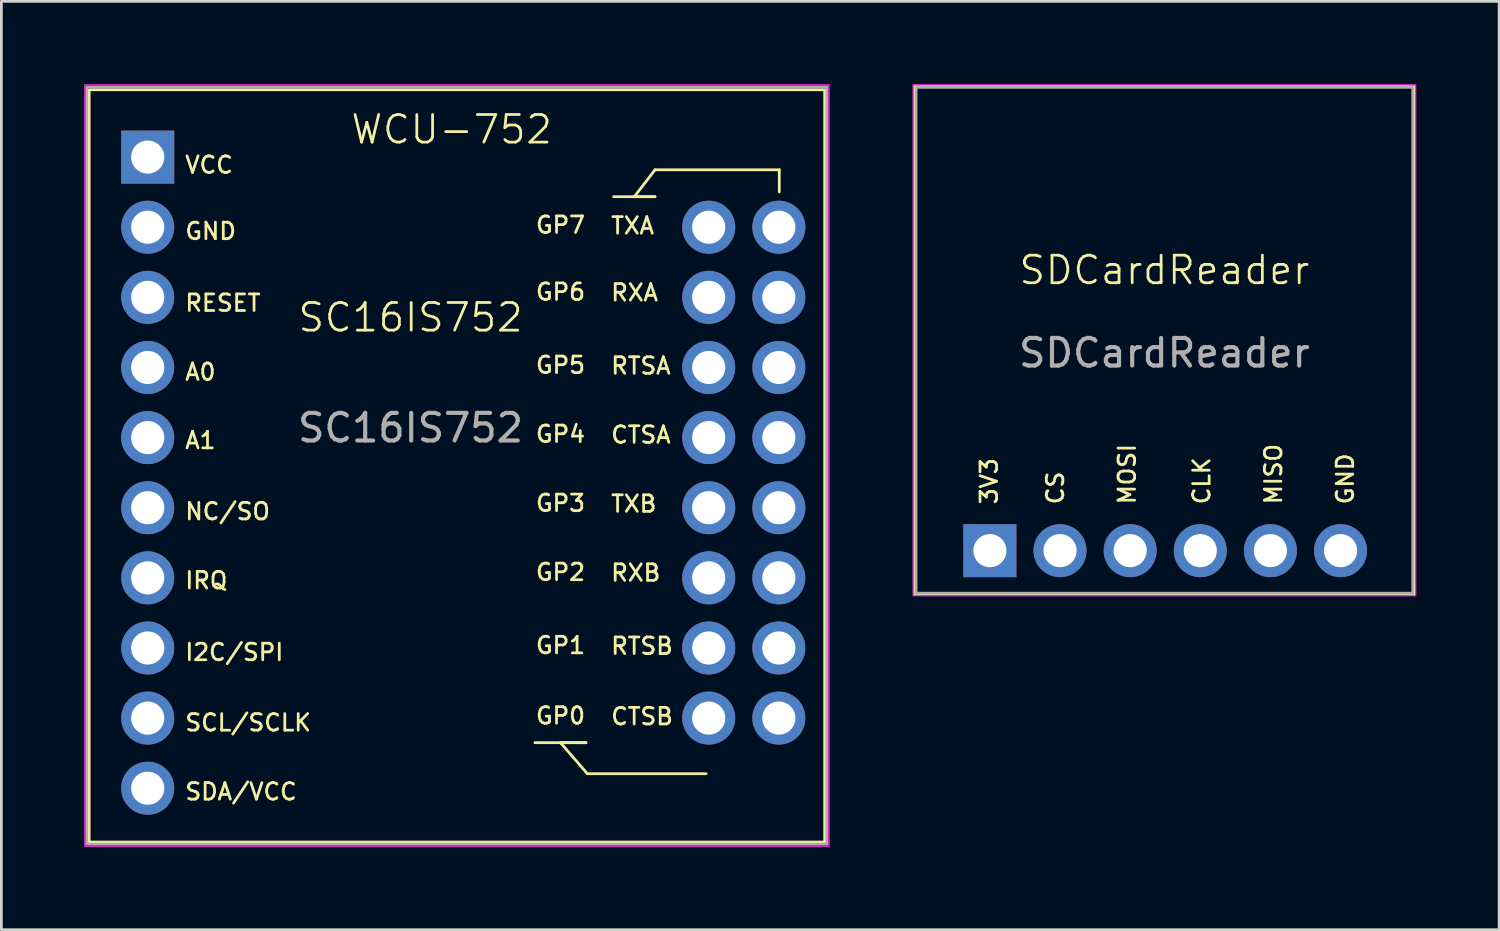
<source format=kicad_pcb>
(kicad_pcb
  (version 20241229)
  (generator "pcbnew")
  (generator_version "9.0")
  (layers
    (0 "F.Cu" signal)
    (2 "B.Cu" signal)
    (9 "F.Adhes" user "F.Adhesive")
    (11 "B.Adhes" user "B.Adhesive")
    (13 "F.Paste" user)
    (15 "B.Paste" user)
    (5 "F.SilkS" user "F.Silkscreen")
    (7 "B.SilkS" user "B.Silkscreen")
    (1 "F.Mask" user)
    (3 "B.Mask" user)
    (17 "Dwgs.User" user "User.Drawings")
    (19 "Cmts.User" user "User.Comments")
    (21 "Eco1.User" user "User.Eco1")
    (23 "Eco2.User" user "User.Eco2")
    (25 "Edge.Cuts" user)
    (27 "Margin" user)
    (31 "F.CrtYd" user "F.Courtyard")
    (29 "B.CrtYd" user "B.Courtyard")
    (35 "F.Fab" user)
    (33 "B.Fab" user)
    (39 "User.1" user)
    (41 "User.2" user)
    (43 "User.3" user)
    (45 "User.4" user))
  (footprint "SC16IS752"
    (layer "F.Cu")
    (at 13.82 13.45)
    (property "Reference" "SC16IS752" (at -2 -5 0) (unlocked yes) (layer "F.SilkS") (effects (font (size 1 1) (thickness 0.1))))
    (attr through_hole)
    (fp_line (start 2.505 10.4) (end 4.355 10.4) (stroke (width 0.1) (type default)) (layer "F.SilkS"))
    (fp_line (start 3.43 10.4) (end 4.405 11.525) (stroke (width 0.1) (type default)) (layer "F.SilkS"))
    (fp_line (start 4.355 10.4) (end 3.43 10.4) (stroke (width 0.1) (type default)) (layer "F.SilkS"))
    (fp_line (start 4.405 11.525) (end 8.705 11.525) (stroke (width 0.1) (type default)) (layer "F.SilkS"))
    (fp_line (start 5.355 -9.375) (end 6.855 -9.375) (stroke (width 0.1) (type default)) (layer "F.SilkS"))
    (fp_line (start 6.105 -9.375) (end 6.855 -10.35) (stroke (width 0.1) (type default)) (layer "F.SilkS"))
    (fp_line (start 6.855 -10.35) (end 11.355 -10.35) (stroke (width 0.1) (type default)) (layer "F.SilkS"))
    (fp_line (start 6.855 -9.375) (end 6.105 -9.375) (stroke (width 0.1) (type default)) (layer "F.SilkS"))
    (fp_line (start 11.355 -10.35) (end 11.355 -9.55) (stroke (width 0.1) (type default)) (layer "F.SilkS"))
    (fp_rect (start -13.64 -13.25) (end 13 14) (stroke (width 0.1) (type solid)) (fill no) (layer "F.SilkS"))
    (fp_rect (start -13.795 -13.425) (end 13.155 14.15) (stroke (width 0.05) (type solid)) (fill no) (layer "F.CrtYd"))
    (fp_rect (start -13.73 -13.35) (end 13.08 14.075) (stroke (width 0.1) (type solid)) (fill no) (layer "F.Fab"))
    (fp_text user "SDA/VCC" (at -10.22 12.525 0) (unlocked yes) (layer "F.SilkS") (effects (font (size 0.6 0.6) (thickness 0.1)) (justify left bottom)))
    (fp_text user "SCL/SCLK" (at -10.22 10.025 0) (unlocked yes) (layer "F.SilkS") (effects (font (size 0.6 0.6) (thickness 0.1)) (justify left bottom)))
    (fp_text user "I2C/SPI" (at -10.22 7.475 0) (unlocked yes) (layer "F.SilkS") (effects (font (size 0.6 0.6) (thickness 0.1)) (justify left bottom)))
    (fp_text user "RTSA" (at 5.205 -2.9 0) (unlocked yes) (layer "F.SilkS") (effects (font (size 0.6 0.6) (thickness 0.1)) (justify left bottom)))
    (fp_text user "RESET" (at -10.22 -5.175 0) (unlocked yes) (layer "F.SilkS") (effects (font (size 0.6 0.6) (thickness 0.1)) (justify left bottom)))
    (fp_text user "RTSB" (at 5.205 7.25 0) (unlocked yes) (layer "F.SilkS") (effects (font (size 0.6 0.6) (thickness 0.1)) (justify left bottom)))
    (fp_text user "GP3" (at 2.48 2.075 0) (unlocked yes) (layer "F.SilkS") (effects (font (size 0.6 0.6) (thickness 0.1)) (justify left bottom)))
    (fp_text user "TXB" (at 5.205 2.1 0) (unlocked yes) (layer "F.SilkS") (effects (font (size 0.6 0.6) (thickness 0.1)) (justify left bottom)))
    (fp_text user "VCC" (at -10.22 -10.175 0) (unlocked yes) (layer "F.SilkS") (effects (font (size 0.6 0.6) (thickness 0.1)) (justify left bottom)))
    (fp_text user "GP0" (at 2.48 9.775 0) (unlocked yes) (layer "F.SilkS") (effects (font (size 0.6 0.6) (thickness 0.1)) (justify left bottom)))
    (fp_text user "RXA" (at 5.205 -5.55 0) (unlocked yes) (layer "F.SilkS") (effects (font (size 0.6 0.6) (thickness 0.1)) (justify left bottom)))
    (fp_text user "TXA" (at 5.205 -7.975 0) (unlocked yes) (layer "F.SilkS") (effects (font (size 0.6 0.6) (thickness 0.1)) (justify left bottom)))
    (fp_text user "A1" (at -10.22 -0.2 0) (unlocked yes) (layer "F.SilkS") (effects (font (size 0.6 0.6) (thickness 0.1)) (justify left bottom)))
    (fp_text user "IRQ" (at -10.22 4.875 0) (unlocked yes) (layer "F.SilkS") (effects (font (size 0.6 0.6) (thickness 0.1)) (justify left bottom)))
    (fp_text user "GP5" (at 2.48 -2.925 0) (unlocked yes) (layer "F.SilkS") (effects (font (size 0.6 0.6) (thickness 0.1)) (justify left bottom)))
    (fp_text user "A0" (at -10.22 -2.675 0) (unlocked yes) (layer "F.SilkS") (effects (font (size 0.6 0.6) (thickness 0.1)) (justify left bottom)))
    (fp_text user "CTSB" (at 5.205 9.8 0) (unlocked yes) (layer "F.SilkS") (effects (font (size 0.6 0.6) (thickness 0.1)) (justify left bottom)))
    (fp_text user "GND" (at -10.22 -7.775 0) (unlocked yes) (layer "F.SilkS") (effects (font (size 0.6 0.6) (thickness 0.1)) (justify left bottom)))
    (fp_text user "GP6" (at 2.48 -5.575 0) (unlocked yes) (layer "F.SilkS") (effects (font (size 0.6 0.6) (thickness 0.1)) (justify left bottom)))
    (fp_text user "GP7" (at 2.48 -8 0) (unlocked yes) (layer "F.SilkS") (effects (font (size 0.6 0.6) (thickness 0.1)) (justify left bottom)))
    (fp_text user "GP2" (at 2.48 4.575 0) (unlocked yes) (layer "F.SilkS") (effects (font (size 0.6 0.6) (thickness 0.1)) (justify left bottom)))
    (fp_text user "CTSA" (at 5.205 -0.4 0) (unlocked yes) (layer "F.SilkS") (effects (font (size 0.6 0.6) (thickness 0.1)) (justify left bottom)))
    (fp_text user "RXB" (at 5.205 4.6 0) (unlocked yes) (layer "F.SilkS") (effects (font (size 0.6 0.6) (thickness 0.1)) (justify left bottom)))
    (fp_text user "NC/SO" (at -10.22 2.375 0) (unlocked yes) (layer "F.SilkS") (effects (font (size 0.6 0.6) (thickness 0.1)) (justify left bottom)))
    (fp_text user "WCU-752" (at -4.22 -11.225 0) (unlocked yes) (layer "F.SilkS") (effects (font (size 1 1) (thickness 0.1)) (justify left bottom)))
    (fp_text user "GP4" (at 2.48 -0.425 0) (unlocked yes) (layer "F.SilkS") (effects (font (size 0.6 0.6) (thickness 0.1)) (justify left bottom)))
    (fp_text user "GP1" (at 2.48 7.225 0) (unlocked yes) (layer "F.SilkS") (effects (font (size 0.6 0.6) (thickness 0.1)) (justify left bottom)))
    (fp_text user "${REFERENCE}" (at -2 -1 0) (unlocked yes) (layer "F.Fab") (effects (font (size 1 1) (thickness 0.15))))
    (pad "1" thru_hole rect (at -11.52 -10.81) (size 1.92 1.92) (drill 1.2) (layers "*.Cu" "*.Mask"))
    (pad "2" thru_hole circle (at -11.52 -8.27) (size 1.92 1.92) (drill 1.2) (layers "*.Cu" "*.Mask"))
    (pad "3" thru_hole circle (at -11.52 -5.73) (size 1.92 1.92) (drill 1.2) (layers "*.Cu" "*.Mask"))
    (pad "4" thru_hole circle (at -11.52 -3.19) (size 1.92 1.92) (drill 1.2) (layers "*.Cu" "*.Mask"))
    (pad "5" thru_hole circle (at -11.52 -0.65) (size 1.92 1.92) (drill 1.2) (layers "*.Cu" "*.Mask"))
    (pad "6" thru_hole circle (at -11.52 1.89) (size 1.92 1.92) (drill 1.2) (layers "*.Cu" "*.Mask"))
    (pad "7" thru_hole circle (at -11.52 4.43) (size 1.92 1.92) (drill 1.2) (layers "*.Cu" "*.Mask"))
    (pad "8" thru_hole circle (at -11.52 6.97) (size 1.92 1.92) (drill 1.2) (layers "*.Cu" "*.Mask"))
    (pad "9" thru_hole circle (at -11.52 9.51) (size 1.92 1.92) (drill 1.2) (layers "*.Cu" "*.Mask"))
    (pad "10" thru_hole circle (at -11.52 12.05) (size 1.92 1.92) (drill 1.2) (layers "*.Cu" "*.Mask"))
    (pad "11" thru_hole circle (at 8.8 -8.27) (size 1.92 1.92) (drill 1.2) (layers "*.Cu" "*.Mask"))
    (pad "12" thru_hole circle (at 8.8 -5.73) (size 1.92 1.92) (drill 1.2) (layers "*.Cu" "*.Mask"))
    (pad "13" thru_hole circle (at 8.8 -3.19) (size 1.92 1.92) (drill 1.2) (layers "*.Cu" "*.Mask"))
    (pad "14" thru_hole circle (at 8.8 -0.65) (size 1.92 1.92) (drill 1.2) (layers "*.Cu" "*.Mask"))
    (pad "15" thru_hole circle (at 8.8 1.89) (size 1.92 1.92) (drill 1.2) (layers "*.Cu" "*.Mask"))
    (pad "16" thru_hole circle (at 8.8 4.43) (size 1.92 1.92) (drill 1.2) (layers "*.Cu" "*.Mask"))
    (pad "17" thru_hole circle (at 8.8 6.97) (size 1.92 1.92) (drill 1.2) (layers "*.Cu" "*.Mask"))
    (pad "18" thru_hole circle (at 8.8 9.51) (size 1.92 1.92) (drill 1.2) (layers "*.Cu" "*.Mask"))
    (pad "19" thru_hole circle (at 11.34 -8.27) (size 1.92 1.92) (drill 1.2) (layers "*.Cu" "*.Mask"))
    (pad "20" thru_hole circle (at 11.34 -5.73) (size 1.92 1.92) (drill 1.2) (layers "*.Cu" "*.Mask"))
    (pad "21" thru_hole circle (at 11.34 -3.19) (size 1.92 1.92) (drill 1.2) (layers "*.Cu" "*.Mask"))
    (pad "22" thru_hole circle (at 11.34 -0.65) (size 1.92 1.92) (drill 1.2) (layers "*.Cu" "*.Mask"))
    (pad "23" thru_hole circle (at 11.34 1.89) (size 1.92 1.92) (drill 1.2) (layers "*.Cu" "*.Mask"))
    (pad "24" thru_hole circle (at 11.34 4.43) (size 1.92 1.92) (drill 1.2) (layers "*.Cu" "*.Mask"))
    (pad "25" thru_hole circle (at 11.34 6.97) (size 1.92 1.92) (drill 1.2) (layers "*.Cu" "*.Mask"))
    (pad "26" thru_hole circle (at 11.34 9.51) (size 1.92 1.92) (drill 1.2) (layers "*.Cu" "*.Mask")))
  (footprint "SDCardReader"
    (layer "F.Cu")
    (at 39.125 9.275)
    (property "Reference" "SDCardReader" (at 0 -2.54 0) (unlocked yes) (layer "F.SilkS") (effects (font (size 1 1) (thickness 0.1))))
    (attr through_hole)
    (fp_rect (start -9.05 -9.2) (end 9.05 9.2) (stroke (width 0.1) (type solid)) (fill no) (layer "F.SilkS"))
    (fp_rect (start -9.1 -9.25) (end 9.1 9.25) (stroke (width 0.05) (type solid)) (fill no) (layer "F.CrtYd"))
    (fp_rect (start -8.995 -9.16) (end 8.995 9.16) (stroke (width 0.1) (type solid)) (fill no) (layer "F.Fab"))
    (fp_text user "MOSI" (at -1 6 90) (unlocked yes) (layer "F.SilkS") (effects (font (size 0.6 0.6) (thickness 0.1)) (justify left bottom)))
    (fp_text user "MISO" (at 4.3 6 90) (unlocked yes) (layer "F.SilkS") (effects (font (size 0.6 0.6) (thickness 0.1)) (justify left bottom)))
    (fp_text user "CLK" (at 1.7 6 90) (unlocked yes) (layer "F.SilkS") (effects (font (size 0.6 0.6) (thickness 0.1)) (justify left bottom)))
    (fp_text user "CS" (at -3.6 6 90) (unlocked yes) (layer "F.SilkS") (effects (font (size 0.6 0.6) (thickness 0.1)) (justify left bottom)))
    (fp_text user "GND" (at 6.9 6 90) (unlocked yes) (layer "F.SilkS") (effects (font (size 0.6 0.6) (thickness 0.1)) (justify left bottom)))
    (fp_text user "3V3" (at -6 6 90) (unlocked yes) (layer "F.SilkS") (effects (font (size 0.6 0.6) (thickness 0.1)) (justify left bottom)))
    (fp_text user "${REFERENCE}" (at 0 0.46 0) (unlocked yes) (layer "F.Fab") (effects (font (size 1 1) (thickness 0.15))))
    (pad "1" thru_hole rect (at -6.32 7.62) (size 1.92 1.92) (drill 1.2) (layers "*.Cu" "*.Mask"))
    (pad "2" thru_hole circle (at -3.78 7.62) (size 1.92 1.92) (drill 1.2) (layers "*.Cu" "*.Mask"))
    (pad "3" thru_hole circle (at -1.24 7.62) (size 1.92 1.92) (drill 1.2) (layers "*.Cu" "*.Mask"))
    (pad "4" thru_hole circle (at 1.3 7.62) (size 1.92 1.92) (drill 1.2) (layers "*.Cu" "*.Mask"))
    (pad "5" thru_hole circle (at 3.84 7.62) (size 1.92 1.92) (drill 1.2) (layers "*.Cu" "*.Mask"))
    (pad "6" thru_hole circle (at 6.38 7.62) (size 1.92 1.92) (drill 1.2) (layers "*.Cu" "*.Mask")))
  (gr_rect
    (start -3 -3)
    (end 51.25 30.625)
    (stroke (width 0.1) (type default))
    (fill no)
    (layer "Edge.Cuts")))
</source>
